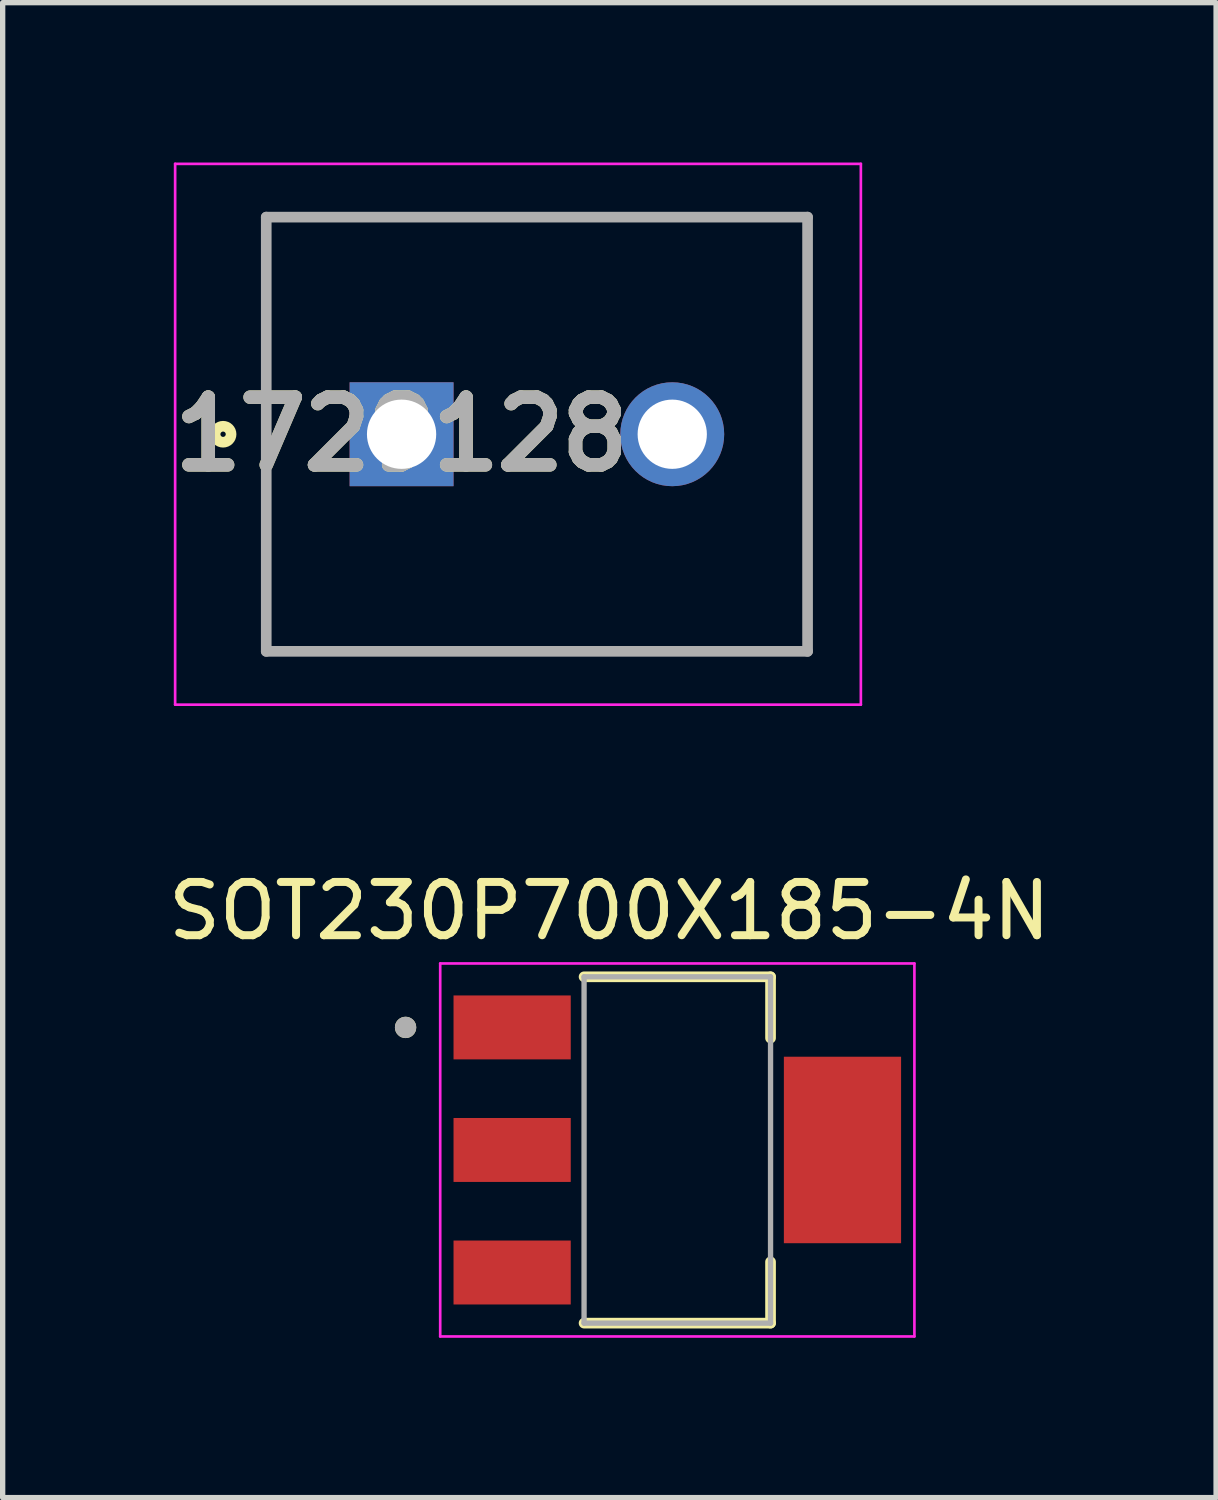
<source format=kicad_pcb>
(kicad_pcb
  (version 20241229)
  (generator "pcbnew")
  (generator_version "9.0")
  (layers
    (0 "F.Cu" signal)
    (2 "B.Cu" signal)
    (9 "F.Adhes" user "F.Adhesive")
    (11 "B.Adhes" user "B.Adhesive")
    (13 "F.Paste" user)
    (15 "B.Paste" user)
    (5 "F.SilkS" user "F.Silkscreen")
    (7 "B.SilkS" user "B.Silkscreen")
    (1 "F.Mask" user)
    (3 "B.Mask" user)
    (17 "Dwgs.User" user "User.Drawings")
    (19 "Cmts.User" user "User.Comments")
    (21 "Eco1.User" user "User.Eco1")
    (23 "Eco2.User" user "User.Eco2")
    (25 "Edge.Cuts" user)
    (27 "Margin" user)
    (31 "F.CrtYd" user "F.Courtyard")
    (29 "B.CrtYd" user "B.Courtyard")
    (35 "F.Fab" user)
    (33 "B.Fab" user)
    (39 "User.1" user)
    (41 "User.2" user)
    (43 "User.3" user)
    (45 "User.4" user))
  (footprint "SOT230P700X185-4N"
    (layer "F.Cu")
    (at 9.662 18.533)
    (property "Reference" "SOT230P700X185-4N" (at -1.275 -4.485 0) (layer "F.SilkS") (effects (font (size 1 1) (thickness 0.15))))
    (attr smd)
    (fp_line (start -1.75 -3.25) (end 1.75 -3.25) (stroke (width 0.2) (type solid)) (layer "F.SilkS"))
    (fp_line (start 1.75 -3.25) (end 1.75 -2.1) (stroke (width 0.2) (type solid)) (layer "F.SilkS"))
    (fp_line (start 1.75 2.1) (end 1.75 3.25) (stroke (width 0.2) (type solid)) (layer "F.SilkS"))
    (fp_line (start 1.75 3.25) (end -1.75 3.25) (stroke (width 0.2) (type solid)) (layer "F.SilkS"))
    (fp_circle (center -5.1 -2.3) (end -5 -2.3) (stroke (width 0.2) (type solid)) (fill no) (layer "F.SilkS"))
    (fp_line (start -4.45 -3.5) (end -4.45 3.5) (stroke (width 0.05) (type solid)) (layer "F.CrtYd"))
    (fp_line (start -4.45 3.5) (end 4.45 3.5) (stroke (width 0.05) (type solid)) (layer "F.CrtYd"))
    (fp_line (start 4.45 -3.5) (end -4.45 -3.5) (stroke (width 0.05) (type solid)) (layer "F.CrtYd"))
    (fp_line (start 4.45 3.5) (end 4.45 -3.5) (stroke (width 0.05) (type solid)) (layer "F.CrtYd"))
    (fp_line (start -1.75 -3.25) (end 1.75 -3.25) (stroke (width 0.1) (type solid)) (layer "F.Fab"))
    (fp_line (start -1.75 3.25) (end -1.75 -3.25) (stroke (width 0.1) (type solid)) (layer "F.Fab"))
    (fp_line (start 1.75 -3.25) (end 1.75 3.25) (stroke (width 0.1) (type solid)) (layer "F.Fab"))
    (fp_line (start 1.75 3.25) (end -1.75 3.25) (stroke (width 0.1) (type solid)) (layer "F.Fab"))
    (fp_circle (center -5.1 -2.3) (end -5 -2.3) (stroke (width 0.2) (type solid)) (fill no) (layer "F.Fab"))
    (pad "1" smd rect (at -3.1 -2.3) (size 2.2 1.2) (layers "F.Cu" "F.Mask" "F.Paste"))
    (pad "2" smd rect (at -3.1 0) (size 2.2 1.2) (layers "F.Cu" "F.Mask" "F.Paste"))
    (pad "3" smd rect (at -3.1 2.3) (size 2.2 1.2) (layers "F.Cu" "F.Mask" "F.Paste"))
    (pad "4" smd rect (at 3.1 0) (size 2.2 3.5) (layers "F.Cu" "F.Mask" "F.Paste")))
  (footprint "1729128"
    (layer "F.Cu")
    (at 4.487 5.1)
    (property "Reference" "1729128" (at 0 0 0) (layer "F.SilkS") (effects (font (size 1.27 1.27) (thickness 0.254))))
    (attr through_hole)
    (fp_line (start -2.54 -4.075) (end 7.62 -4.075) (stroke (width 0.1) (type solid)) (layer "F.SilkS"))
    (fp_line (start -2.54 4.075) (end -2.54 -4.075) (stroke (width 0.1) (type solid)) (layer "F.SilkS"))
    (fp_line (start 7.62 -4.075) (end 7.62 4.075) (stroke (width 0.1) (type solid)) (layer "F.SilkS"))
    (fp_line (start 7.62 4.075) (end -2.54 4.075) (stroke (width 0.1) (type solid)) (layer "F.SilkS"))
    (fp_circle (center -3.35 0) (end -3.35 0.05) (stroke (width 0.2) (type solid)) (fill no) (layer "F.SilkS"))
    (fp_line (start -4.25 -5.075) (end 8.62 -5.075) (stroke (width 0.05) (type solid)) (layer "F.CrtYd"))
    (fp_line (start -4.25 5.075) (end -4.25 -5.075) (stroke (width 0.05) (type solid)) (layer "F.CrtYd"))
    (fp_line (start 8.62 -5.075) (end 8.62 5.075) (stroke (width 0.05) (type solid)) (layer "F.CrtYd"))
    (fp_line (start 8.62 5.075) (end -4.25 5.075) (stroke (width 0.05) (type solid)) (layer "F.CrtYd"))
    (fp_line (start -2.54 -4.075) (end 7.62 -4.075) (stroke (width 0.2) (type solid)) (layer "F.Fab"))
    (fp_line (start -2.54 4.075) (end -2.54 -4.075) (stroke (width 0.2) (type solid)) (layer "F.Fab"))
    (fp_line (start 7.62 -4.075) (end 7.62 4.075) (stroke (width 0.2) (type solid)) (layer "F.Fab"))
    (fp_line (start 7.62 4.075) (end -2.54 4.075) (stroke (width 0.2) (type solid)) (layer "F.Fab"))
    (fp_text user "${REFERENCE}" (at 0 0 0) (layer "F.Fab") (effects (font (size 1.27 1.27) (thickness 0.254))))
    (pad "1" thru_hole circle (at 5.08 0) (size 1.95 1.95) (drill 1.3) (layers "*.Cu" "*.Mask"))
    (pad "2" thru_hole rect (at 0 0) (size 1.95 1.95) (drill 1.3) (layers "*.Cu" "*.Mask")))
  (gr_rect
    (start -3 -3)
    (end 19.774 25.058)
    (stroke (width 0.1) (type default))
    (fill no)
    (layer "Edge.Cuts")))
</source>
